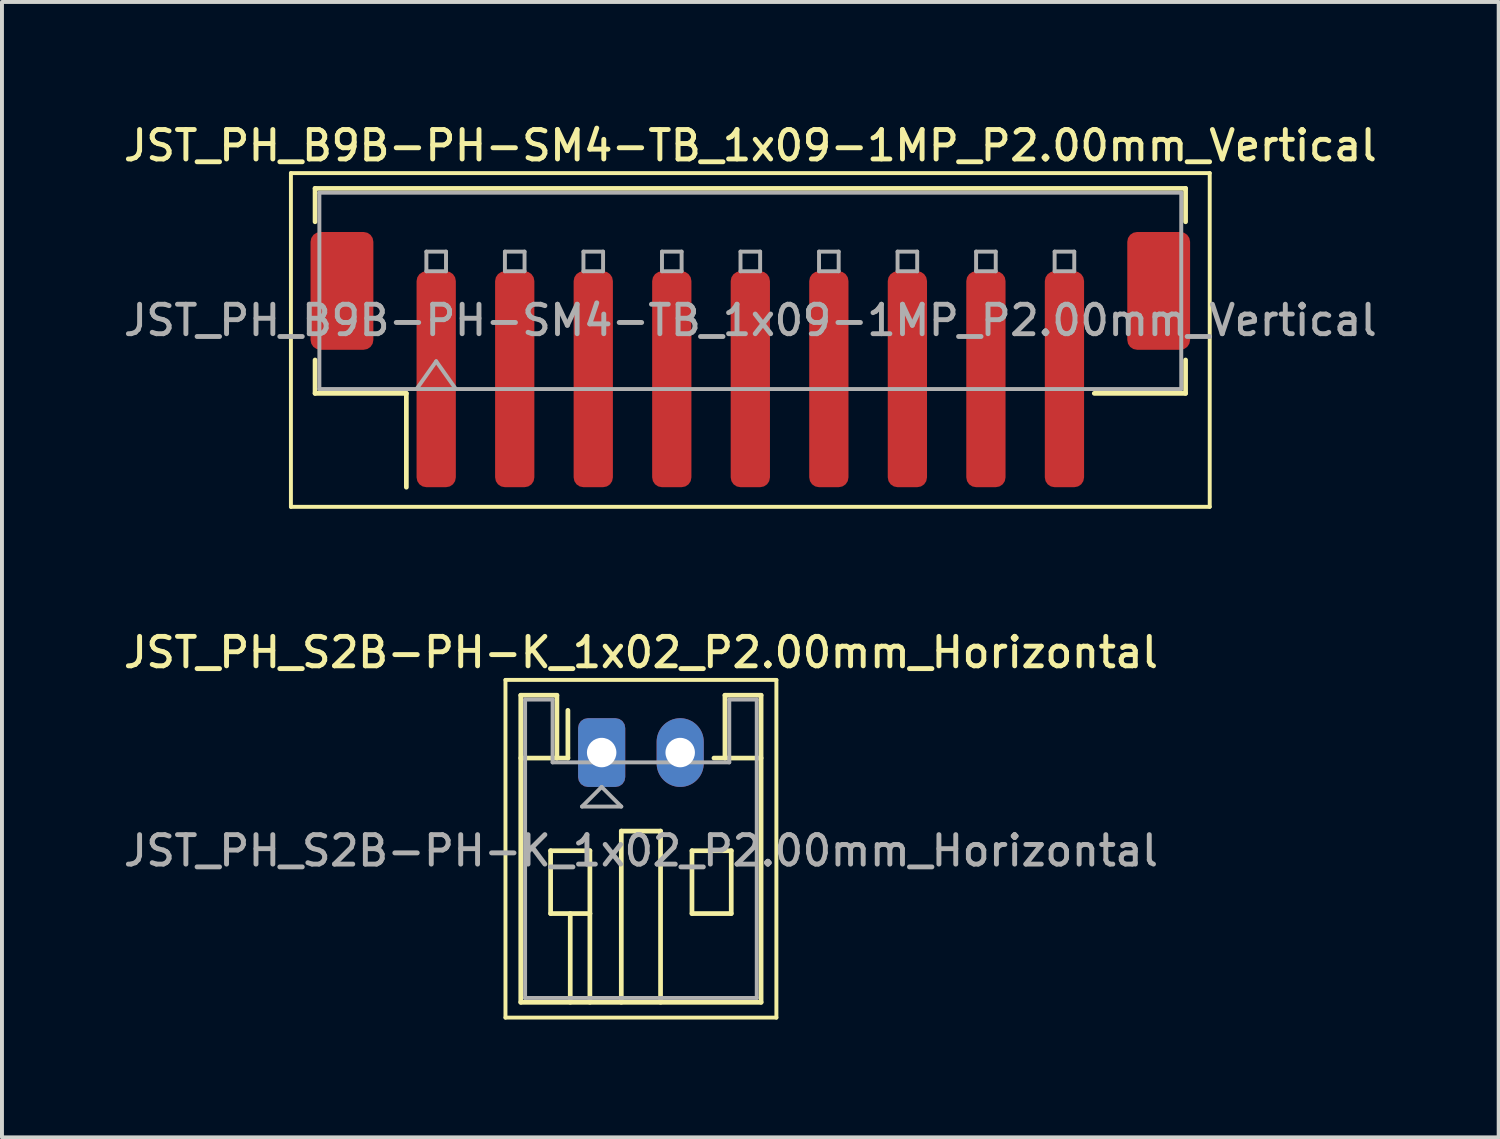
<source format=kicad_pcb>
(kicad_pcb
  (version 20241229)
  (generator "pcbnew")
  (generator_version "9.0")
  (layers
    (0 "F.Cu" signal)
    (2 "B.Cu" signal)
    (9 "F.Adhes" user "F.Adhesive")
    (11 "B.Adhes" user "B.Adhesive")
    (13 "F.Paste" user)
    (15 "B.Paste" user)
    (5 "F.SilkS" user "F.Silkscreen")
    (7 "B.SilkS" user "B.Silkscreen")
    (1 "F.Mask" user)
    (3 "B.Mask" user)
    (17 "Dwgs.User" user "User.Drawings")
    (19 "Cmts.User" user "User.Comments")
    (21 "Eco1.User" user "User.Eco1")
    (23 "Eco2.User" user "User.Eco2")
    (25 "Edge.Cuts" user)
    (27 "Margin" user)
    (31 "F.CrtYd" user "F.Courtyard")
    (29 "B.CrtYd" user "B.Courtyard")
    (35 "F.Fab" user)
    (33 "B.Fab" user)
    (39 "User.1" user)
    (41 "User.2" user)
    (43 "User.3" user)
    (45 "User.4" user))
  (footprint "JST_PH_S2B-PH-K_1x02_P2.00mm_Horizontal"
    (layer "F.Cu")
    (at 12.273 16.116)
    (property "Reference" "JST_PH_S2B-PH-K_1x02_P2.00mm_Horizontal" (at 1 -2.55 0) (layer "F.SilkS") (effects (font (size 0.75 0.75) (thickness 0.125))))
    (attr through_hole)
    (fp_line (start -2.45 -1.85) (end -2.45 6.75) (stroke (width 0.1) (type solid)) (layer "F.SilkS"))
    (fp_line (start -2.45 6.75) (end 4.45 6.75) (stroke (width 0.1) (type solid)) (layer "F.SilkS"))
    (fp_line (start -2.06 -1.46) (end -2.06 6.36) (stroke (width 0.12) (type solid)) (layer "F.SilkS"))
    (fp_line (start -2.06 0.14) (end -1.14 0.14) (stroke (width 0.12) (type solid)) (layer "F.SilkS"))
    (fp_line (start -2.06 6.36) (end 4.06 6.36) (stroke (width 0.12) (type solid)) (layer "F.SilkS"))
    (fp_line (start -1.3 2.5) (end -1.3 4.1) (stroke (width 0.12) (type solid)) (layer "F.SilkS"))
    (fp_line (start -1.3 4.1) (end -0.3 4.1) (stroke (width 0.12) (type solid)) (layer "F.SilkS"))
    (fp_line (start -1.14 -1.46) (end -2.06 -1.46) (stroke (width 0.12) (type solid)) (layer "F.SilkS"))
    (fp_line (start -1.14 0.14) (end -1.14 -1.46) (stroke (width 0.12) (type solid)) (layer "F.SilkS"))
    (fp_line (start -0.86 0.14) (end -1.14 0.14) (stroke (width 0.12) (type solid)) (layer "F.SilkS"))
    (fp_line (start -0.86 0.14) (end -0.86 -1.075) (stroke (width 0.12) (type solid)) (layer "F.SilkS"))
    (fp_line (start -0.8 4.1) (end -0.8 6.36) (stroke (width 0.12) (type solid)) (layer "F.SilkS"))
    (fp_line (start -0.3 2.5) (end -1.3 2.5) (stroke (width 0.12) (type solid)) (layer "F.SilkS"))
    (fp_line (start -0.3 4.1) (end -0.3 2.5) (stroke (width 0.12) (type solid)) (layer "F.SilkS"))
    (fp_line (start -0.3 4.1) (end -0.3 6.36) (stroke (width 0.12) (type solid)) (layer "F.SilkS"))
    (fp_line (start 0.5 2) (end 1.5 2) (stroke (width 0.12) (type solid)) (layer "F.SilkS"))
    (fp_line (start 0.5 6.36) (end 0.5 2) (stroke (width 0.12) (type solid)) (layer "F.SilkS"))
    (fp_line (start 1.5 2) (end 1.5 6.36) (stroke (width 0.12) (type solid)) (layer "F.SilkS"))
    (fp_line (start 2.3 2.5) (end 3.3 2.5) (stroke (width 0.12) (type solid)) (layer "F.SilkS"))
    (fp_line (start 2.3 4.1) (end 2.3 2.5) (stroke (width 0.12) (type solid)) (layer "F.SilkS"))
    (fp_line (start 3.14 -1.46) (end 3.14 0.14) (stroke (width 0.12) (type solid)) (layer "F.SilkS"))
    (fp_line (start 3.14 0.14) (end 2.86 0.14) (stroke (width 0.12) (type solid)) (layer "F.SilkS"))
    (fp_line (start 3.3 2.5) (end 3.3 4.1) (stroke (width 0.12) (type solid)) (layer "F.SilkS"))
    (fp_line (start 3.3 4.1) (end 2.3 4.1) (stroke (width 0.12) (type solid)) (layer "F.SilkS"))
    (fp_line (start 4.06 -1.46) (end 3.14 -1.46) (stroke (width 0.12) (type solid)) (layer "F.SilkS"))
    (fp_line (start 4.06 0.14) (end 3.14 0.14) (stroke (width 0.12) (type solid)) (layer "F.SilkS"))
    (fp_line (start 4.06 6.36) (end 4.06 -1.46) (stroke (width 0.12) (type solid)) (layer "F.SilkS"))
    (fp_line (start 4.45 -1.85) (end -2.45 -1.85) (stroke (width 0.1) (type solid)) (layer "F.SilkS"))
    (fp_line (start 4.45 6.75) (end 4.45 -1.85) (stroke (width 0.1) (type solid)) (layer "F.SilkS"))
    (fp_line (start -1.95 -1.35) (end -1.95 6.25) (stroke (width 0.1) (type solid)) (layer "F.Fab"))
    (fp_line (start -1.95 6.25) (end 3.95 6.25) (stroke (width 0.1) (type solid)) (layer "F.Fab"))
    (fp_line (start -1.25 -1.35) (end -1.95 -1.35) (stroke (width 0.1) (type solid)) (layer "F.Fab"))
    (fp_line (start -1.25 0.25) (end -1.25 -1.35) (stroke (width 0.1) (type solid)) (layer "F.Fab"))
    (fp_line (start -0.5 1.375) (end 0.5 1.375) (stroke (width 0.1) (type solid)) (layer "F.Fab"))
    (fp_line (start 0 0.875) (end -0.5 1.375) (stroke (width 0.1) (type solid)) (layer "F.Fab"))
    (fp_line (start 0.5 1.375) (end 0 0.875) (stroke (width 0.1) (type solid)) (layer "F.Fab"))
    (fp_line (start 3.25 -1.35) (end 3.25 0.25) (stroke (width 0.1) (type solid)) (layer "F.Fab"))
    (fp_line (start 3.25 0.25) (end -1.25 0.25) (stroke (width 0.1) (type solid)) (layer "F.Fab"))
    (fp_line (start 3.95 -1.35) (end 3.25 -1.35) (stroke (width 0.1) (type solid)) (layer "F.Fab"))
    (fp_line (start 3.95 6.25) (end 3.95 -1.35) (stroke (width 0.1) (type solid)) (layer "F.Fab"))
    (fp_text user "${REFERENCE}" (at 1 2.5 0) (layer "F.Fab") (effects (font (size 0.75 0.75) (thickness 0.125))))
    (pad "1" thru_hole roundrect (at 0 0) (size 1.2 1.75) (drill 0.75) (layers "*.Cu" "*.Mask") (roundrect_rratio 0.208))
    (pad "2" thru_hole oval (at 2 0) (size 1.2 1.75) (drill 0.75) (layers "*.Cu" "*.Mask")))
  (footprint "JST_PH_B9B-PH-SM4-TB_1x09-1MP_P2.00mm_Vertical"
    (layer "F.Cu")
    (at 16.059 6.108)
    (property "Reference" "JST_PH_B9B-PH-SM4-TB_1x09-1MP_P2.00mm_Vertical" (at 0 -5.45 0) (layer "F.SilkS") (effects (font (size 0.75 0.75) (thickness 0.125))))
    (attr smd)
    (fp_line (start -11.7 -4.75) (end -11.7 3.75) (stroke (width 0.1) (type solid)) (layer "F.SilkS"))
    (fp_line (start -11.7 3.75) (end 11.7 3.75) (stroke (width 0.1) (type solid)) (layer "F.SilkS"))
    (fp_line (start -11.085 -4.36) (end 11.085 -4.36) (stroke (width 0.12) (type solid)) (layer "F.SilkS"))
    (fp_line (start -11.085 -3.51) (end -11.085 -4.36) (stroke (width 0.12) (type solid)) (layer "F.SilkS"))
    (fp_line (start -11.085 0.01) (end -11.085 0.86) (stroke (width 0.12) (type solid)) (layer "F.SilkS"))
    (fp_line (start -11.085 0.86) (end -8.76 0.86) (stroke (width 0.12) (type solid)) (layer "F.SilkS"))
    (fp_line (start -8.76 0.86) (end -8.76 3.25) (stroke (width 0.12) (type solid)) (layer "F.SilkS"))
    (fp_line (start 11.085 -4.36) (end 11.085 -3.51) (stroke (width 0.12) (type solid)) (layer "F.SilkS"))
    (fp_line (start 11.085 0.01) (end 11.085 0.86) (stroke (width 0.12) (type solid)) (layer "F.SilkS"))
    (fp_line (start 11.085 0.86) (end 8.76 0.86) (stroke (width 0.12) (type solid)) (layer "F.SilkS"))
    (fp_line (start 11.7 -4.75) (end -11.7 -4.75) (stroke (width 0.1) (type solid)) (layer "F.SilkS"))
    (fp_line (start 11.7 3.75) (end 11.7 -4.75) (stroke (width 0.1) (type solid)) (layer "F.SilkS"))
    (fp_line (start -10.975 -4.25) (end 10.975 -4.25) (stroke (width 0.1) (type solid)) (layer "F.Fab"))
    (fp_line (start -10.975 0.75) (end -10.975 -4.25) (stroke (width 0.1) (type solid)) (layer "F.Fab"))
    (fp_line (start -10.975 0.75) (end 10.975 0.75) (stroke (width 0.1) (type solid)) (layer "F.Fab"))
    (fp_line (start -8.5 0.75) (end -8 0.043) (stroke (width 0.1) (type solid)) (layer "F.Fab"))
    (fp_line (start -8.25 -2.75) (end -8.25 -2.25) (stroke (width 0.1) (type solid)) (layer "F.Fab"))
    (fp_line (start -8.25 -2.25) (end -7.75 -2.25) (stroke (width 0.1) (type solid)) (layer "F.Fab"))
    (fp_line (start -8 0.043) (end -7.5 0.75) (stroke (width 0.1) (type solid)) (layer "F.Fab"))
    (fp_line (start -7.75 -2.75) (end -8.25 -2.75) (stroke (width 0.1) (type solid)) (layer "F.Fab"))
    (fp_line (start -7.75 -2.25) (end -7.75 -2.75) (stroke (width 0.1) (type solid)) (layer "F.Fab"))
    (fp_line (start -6.25 -2.75) (end -6.25 -2.25) (stroke (width 0.1) (type solid)) (layer "F.Fab"))
    (fp_line (start -6.25 -2.25) (end -5.75 -2.25) (stroke (width 0.1) (type solid)) (layer "F.Fab"))
    (fp_line (start -5.75 -2.75) (end -6.25 -2.75) (stroke (width 0.1) (type solid)) (layer "F.Fab"))
    (fp_line (start -5.75 -2.25) (end -5.75 -2.75) (stroke (width 0.1) (type solid)) (layer "F.Fab"))
    (fp_line (start -4.25 -2.75) (end -4.25 -2.25) (stroke (width 0.1) (type solid)) (layer "F.Fab"))
    (fp_line (start -4.25 -2.25) (end -3.75 -2.25) (stroke (width 0.1) (type solid)) (layer "F.Fab"))
    (fp_line (start -3.75 -2.75) (end -4.25 -2.75) (stroke (width 0.1) (type solid)) (layer "F.Fab"))
    (fp_line (start -3.75 -2.25) (end -3.75 -2.75) (stroke (width 0.1) (type solid)) (layer "F.Fab"))
    (fp_line (start -2.25 -2.75) (end -2.25 -2.25) (stroke (width 0.1) (type solid)) (layer "F.Fab"))
    (fp_line (start -2.25 -2.25) (end -1.75 -2.25) (stroke (width 0.1) (type solid)) (layer "F.Fab"))
    (fp_line (start -1.75 -2.75) (end -2.25 -2.75) (stroke (width 0.1) (type solid)) (layer "F.Fab"))
    (fp_line (start -1.75 -2.25) (end -1.75 -2.75) (stroke (width 0.1) (type solid)) (layer "F.Fab"))
    (fp_line (start -0.25 -2.75) (end -0.25 -2.25) (stroke (width 0.1) (type solid)) (layer "F.Fab"))
    (fp_line (start -0.25 -2.25) (end 0.25 -2.25) (stroke (width 0.1) (type solid)) (layer "F.Fab"))
    (fp_line (start 0.25 -2.75) (end -0.25 -2.75) (stroke (width 0.1) (type solid)) (layer "F.Fab"))
    (fp_line (start 0.25 -2.25) (end 0.25 -2.75) (stroke (width 0.1) (type solid)) (layer "F.Fab"))
    (fp_line (start 1.75 -2.75) (end 1.75 -2.25) (stroke (width 0.1) (type solid)) (layer "F.Fab"))
    (fp_line (start 1.75 -2.25) (end 2.25 -2.25) (stroke (width 0.1) (type solid)) (layer "F.Fab"))
    (fp_line (start 2.25 -2.75) (end 1.75 -2.75) (stroke (width 0.1) (type solid)) (layer "F.Fab"))
    (fp_line (start 2.25 -2.25) (end 2.25 -2.75) (stroke (width 0.1) (type solid)) (layer "F.Fab"))
    (fp_line (start 3.75 -2.75) (end 3.75 -2.25) (stroke (width 0.1) (type solid)) (layer "F.Fab"))
    (fp_line (start 3.75 -2.25) (end 4.25 -2.25) (stroke (width 0.1) (type solid)) (layer "F.Fab"))
    (fp_line (start 4.25 -2.75) (end 3.75 -2.75) (stroke (width 0.1) (type solid)) (layer "F.Fab"))
    (fp_line (start 4.25 -2.25) (end 4.25 -2.75) (stroke (width 0.1) (type solid)) (layer "F.Fab"))
    (fp_line (start 5.75 -2.75) (end 5.75 -2.25) (stroke (width 0.1) (type solid)) (layer "F.Fab"))
    (fp_line (start 5.75 -2.25) (end 6.25 -2.25) (stroke (width 0.1) (type solid)) (layer "F.Fab"))
    (fp_line (start 6.25 -2.75) (end 5.75 -2.75) (stroke (width 0.1) (type solid)) (layer "F.Fab"))
    (fp_line (start 6.25 -2.25) (end 6.25 -2.75) (stroke (width 0.1) (type solid)) (layer "F.Fab"))
    (fp_line (start 7.75 -2.75) (end 7.75 -2.25) (stroke (width 0.1) (type solid)) (layer "F.Fab"))
    (fp_line (start 7.75 -2.25) (end 8.25 -2.25) (stroke (width 0.1) (type solid)) (layer "F.Fab"))
    (fp_line (start 8.25 -2.75) (end 7.75 -2.75) (stroke (width 0.1) (type solid)) (layer "F.Fab"))
    (fp_line (start 8.25 -2.25) (end 8.25 -2.75) (stroke (width 0.1) (type solid)) (layer "F.Fab"))
    (fp_line (start 10.975 0.75) (end 10.975 -4.25) (stroke (width 0.1) (type solid)) (layer "F.Fab"))
    (fp_text user "${REFERENCE}" (at 0 -1 0) (layer "F.Fab") (effects (font (size 0.75 0.75) (thickness 0.125))))
    (pad "1" smd roundrect (at -8 0.5) (size 1 5.5) (layers "F.Cu" "F.Mask" "F.Paste") (roundrect_rratio 0.25))
    (pad "2" smd roundrect (at -6 0.5) (size 1 5.5) (layers "F.Cu" "F.Mask" "F.Paste") (roundrect_rratio 0.25))
    (pad "3" smd roundrect (at -4 0.5) (size 1 5.5) (layers "F.Cu" "F.Mask" "F.Paste") (roundrect_rratio 0.25))
    (pad "4" smd roundrect (at -2 0.5) (size 1 5.5) (layers "F.Cu" "F.Mask" "F.Paste") (roundrect_rratio 0.25))
    (pad "5" smd roundrect (at 0 0.5) (size 1 5.5) (layers "F.Cu" "F.Mask" "F.Paste") (roundrect_rratio 0.25))
    (pad "6" smd roundrect (at 2 0.5) (size 1 5.5) (layers "F.Cu" "F.Mask" "F.Paste") (roundrect_rratio 0.25))
    (pad "7" smd roundrect (at 4 0.5) (size 1 5.5) (layers "F.Cu" "F.Mask" "F.Paste") (roundrect_rratio 0.25))
    (pad "8" smd roundrect (at 6 0.5) (size 1 5.5) (layers "F.Cu" "F.Mask" "F.Paste") (roundrect_rratio 0.25))
    (pad "9" smd roundrect (at 8 0.5) (size 1 5.5) (layers "F.Cu" "F.Mask" "F.Paste") (roundrect_rratio 0.25))
    (pad "MP" smd roundrect (at -10.4 -1.75) (size 1.6 3) (layers "F.Cu" "F.Mask" "F.Paste") (roundrect_rratio 0.156))
    (pad "MP" smd roundrect (at 10.4 -1.75) (size 1.6 3) (layers "F.Cu" "F.Mask" "F.Paste") (roundrect_rratio 0.156)))
  (gr_rect
    (start -3 -3)
    (end 35.118 25.916)
    (stroke (width 0.1) (type default))
    (fill no)
    (layer "Edge.Cuts")))
</source>
